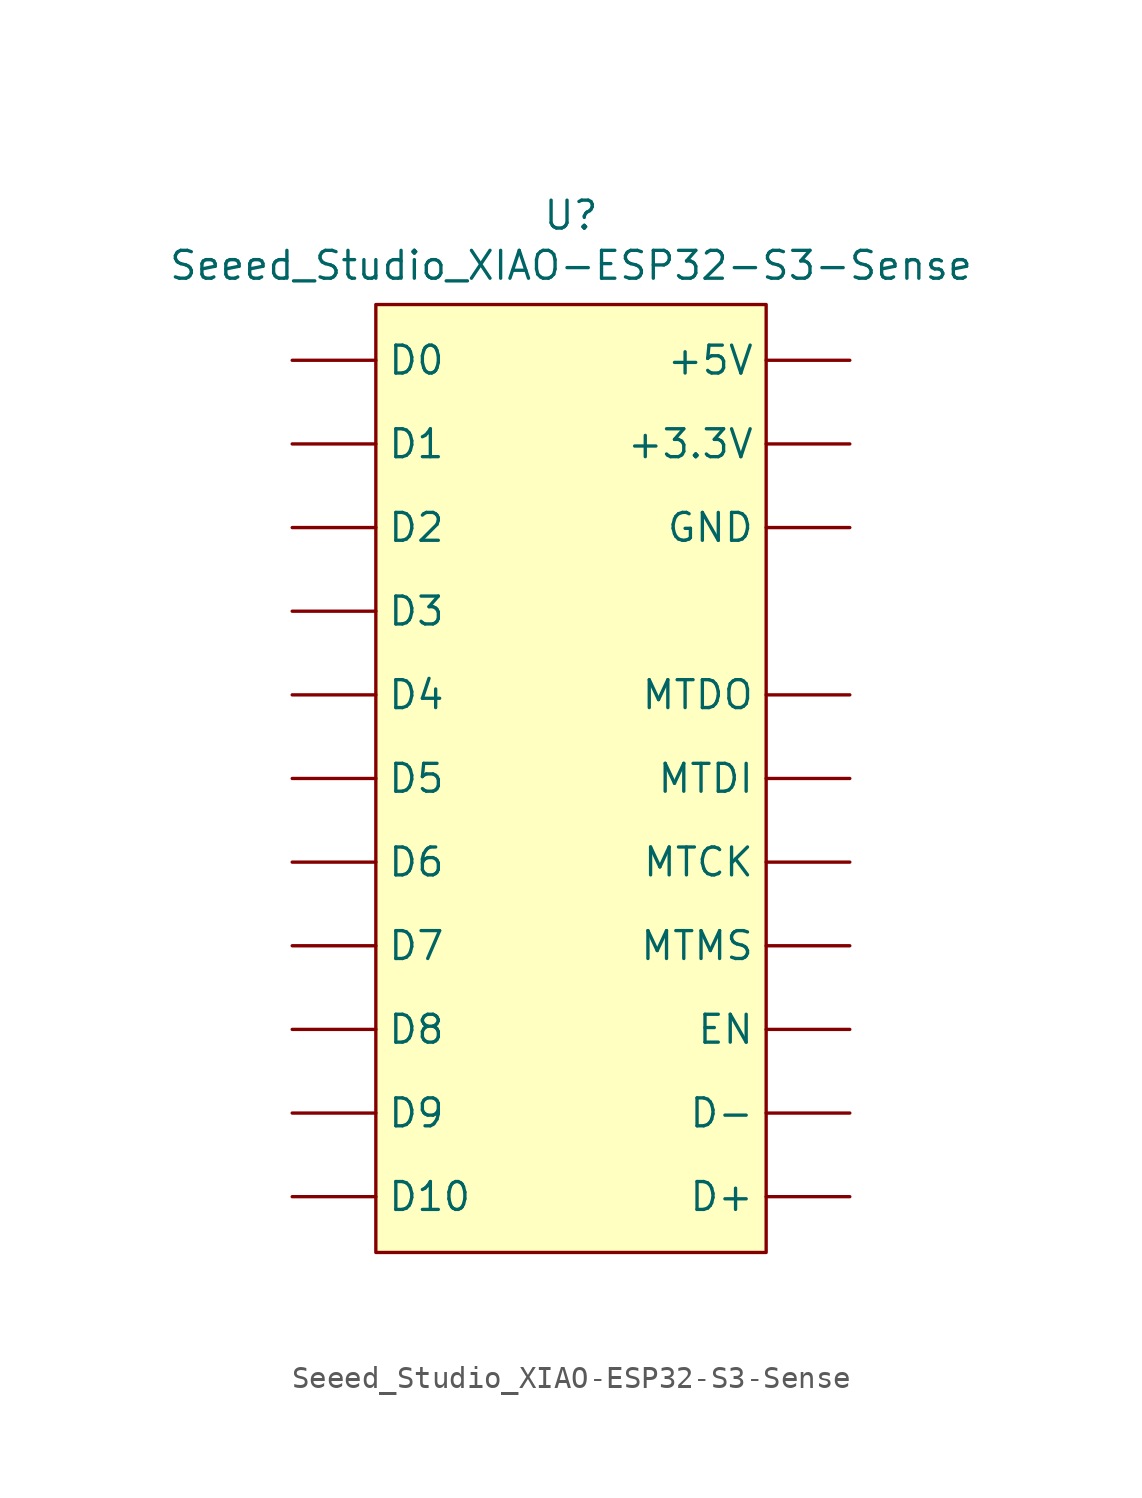
<source format=kicad_sym>
(kicad_symbol_lib
  (version 20241209)
  (generator "kicad_symbol_editor")
  (generator_version "9.0")
  (symbol "Seeed_Studio_XIAO-ESP32-S3-Sense"
    (pin_numbers
      (hide yes))
    (property "Reference" "U"
      (at 0 25.654 0)
      (effects (font (size 1.27 1.27))))
    (property "Value" "Seeed_Studio_XIAO-ESP32-S3-Sense"
      (at 0 23.368 0)
      (effects (font (size 1.27 1.27))))
    (symbol "Seeed_Studio_XIAO-ESP32-S3-Sense_0_1"
      (rectangle (start -8.89 21.59) (end 8.89 -21.59) (stroke (width 0) (type default)) (fill (type background))))
    (symbol "Seeed_Studio_XIAO-ESP32-S3-Sense_1_1"
      (pin passive line (at -12.7 19.05 0) (length 3.81) (name "D0" (effects (font (size 1.27 1.27)))) (number "D0" (effects (font (size 1.27 1.27)))))
      (pin passive line (at -12.7 15.24 0) (length 3.81) (name "D1" (effects (font (size 1.27 1.27)))) (number "D1" (effects (font (size 1.27 1.27)))))
      (pin passive line (at -12.7 11.43 0) (length 3.81) (name "D2" (effects (font (size 1.27 1.27)))) (number "D2" (effects (font (size 1.27 1.27)))))
      (pin passive line (at -12.7 7.62 0) (length 3.81) (name "D3" (effects (font (size 1.27 1.27)))) (number "D3" (effects (font (size 1.27 1.27)))))
      (pin passive line (at -12.7 3.81 0) (length 3.81) (name "D4" (effects (font (size 1.27 1.27)))) (number "D4" (effects (font (size 1.27 1.27)))))
      (pin passive line (at -12.7 0 0) (length 3.81) (name "D5" (effects (font (size 1.27 1.27)))) (number "D5" (effects (font (size 1.27 1.27)))))
      (pin passive line (at -12.7 -3.81 0) (length 3.81) (name "D6" (effects (font (size 1.27 1.27)))) (number "D6" (effects (font (size 1.27 1.27)))))
      (pin passive line (at -12.7 -7.62 0) (length 3.81) (name "D7" (effects (font (size 1.27 1.27)))) (number "D7" (effects (font (size 1.27 1.27)))))
      (pin passive line (at -12.7 -11.43 0) (length 3.81) (name "D8" (effects (font (size 1.27 1.27)))) (number "D8" (effects (font (size 1.27 1.27)))))
      (pin passive line (at -12.7 -15.24 0) (length 3.81) (name "D9" (effects (font (size 1.27 1.27)))) (number "D9" (effects (font (size 1.27 1.27)))))
      (pin passive line (at -12.7 -19.05 0) (length 3.81) (name "D10" (effects (font (size 1.27 1.27)))) (number "D10" (effects (font (size 1.27 1.27)))))
      (pin passive line (at 12.7 19.05 180) (length 3.81) (name "+5V" (effects (font (size 1.27 1.27)))) (number "+5V" (effects (font (size 1.27 1.27)))))
      (pin passive line (at 12.7 15.24 180) (length 3.81) (name "+3.3V" (effects (font (size 1.27 1.27)))) (number "+3.3V" (effects (font (size 1.27 1.27)))))
      (pin passive line (at 12.7 11.43 180) (length 3.81) (name "GND" (effects (font (size 1.27 1.27)))) (number "GND" (effects (font (size 1.27 1.27)))))
      (pin passive line (at 12.7 3.81 180) (length 3.81) (name "MTDO" (effects (font (size 1.27 1.27)))) (number "MTDO" (effects (font (size 1.27 1.27)))))
      (pin passive line (at 12.7 0 180) (length 3.81) (name "MTDI" (effects (font (size 1.27 1.27)))) (number "MTDI" (effects (font (size 1.27 1.27)))))
      (pin passive line (at 12.7 -3.81 180) (length 3.81) (name "MTCK" (effects (font (size 1.27 1.27)))) (number "MTCK" (effects (font (size 1.27 1.27)))))
      (pin passive line (at 12.7 -7.62 180) (length 3.81) (name "MTMS" (effects (font (size 1.27 1.27)))) (number "MTMS" (effects (font (size 1.27 1.27)))))
      (pin passive line (at 12.7 -11.43 180) (length 3.81) (name "EN" (effects (font (size 1.27 1.27)))) (number "EN" (effects (font (size 1.27 1.27)))))
      (pin passive line (at 12.7 -15.24 180) (length 3.81) (name "D-" (effects (font (size 1.27 1.27)))) (number "D-" (effects (font (size 1.27 1.27)))))
      (pin passive line (at 12.7 -19.05 180) (length 3.81) (name "D+" (effects (font (size 1.27 1.27)))) (number "D+" (effects (font (size 1.27 1.27))))))))
</source>
